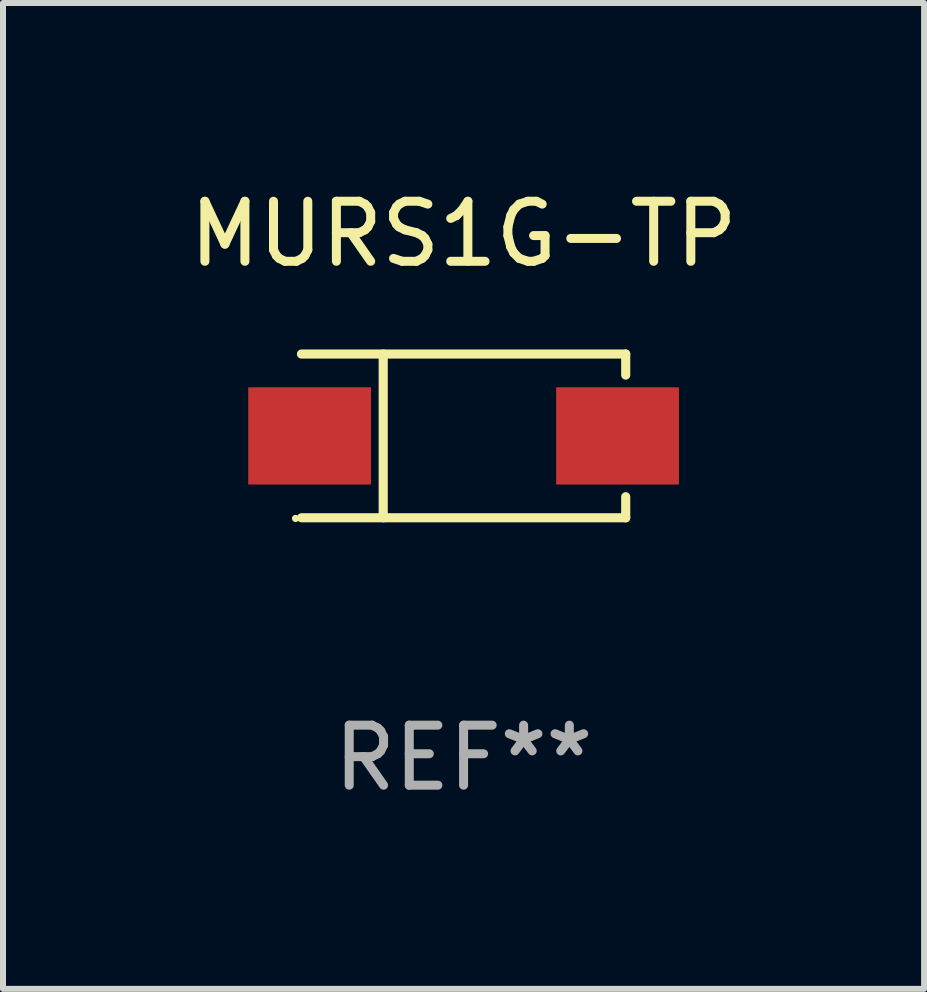
<source format=kicad_pcb>
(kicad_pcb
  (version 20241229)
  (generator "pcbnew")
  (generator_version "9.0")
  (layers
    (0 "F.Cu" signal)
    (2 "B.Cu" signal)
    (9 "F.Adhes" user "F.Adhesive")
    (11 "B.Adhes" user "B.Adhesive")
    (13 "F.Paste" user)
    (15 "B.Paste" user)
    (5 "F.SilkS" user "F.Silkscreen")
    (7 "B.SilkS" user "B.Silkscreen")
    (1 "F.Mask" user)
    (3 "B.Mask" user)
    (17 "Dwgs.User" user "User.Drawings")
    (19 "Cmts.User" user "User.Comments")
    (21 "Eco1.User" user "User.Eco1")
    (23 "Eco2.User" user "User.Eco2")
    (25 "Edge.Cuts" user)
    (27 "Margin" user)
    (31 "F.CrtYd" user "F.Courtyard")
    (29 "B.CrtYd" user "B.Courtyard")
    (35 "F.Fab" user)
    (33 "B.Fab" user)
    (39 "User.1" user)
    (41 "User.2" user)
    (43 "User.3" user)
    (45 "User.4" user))
  (footprint "MURS1G-TP"
    (layer "F.Cu")
    (at 4.673 4.212)
    (property "Reference" "MURS1G-TP" (at 0 -3.364 0) (layer "F.SilkS") (effects (font (size 1 1) (thickness 0.15))))
    (attr through_hole)
    (fp_line (start -2.701 -1.364) (end 2.701 -1.364) (stroke (width 0.152) (type solid)) (layer "F.SilkS"))
    (fp_line (start -2.701 1.364) (end 2.701 1.364) (stroke (width 0.152) (type solid)) (layer "F.SilkS"))
    (fp_line (start -1.339 -1.364) (end -1.339 1.364) (stroke (width 0.152) (type solid)) (layer "F.SilkS"))
    (fp_line (start 2.701 -1.364) (end 2.701 -1.013) (stroke (width 0.152) (type solid)) (layer "F.SilkS"))
    (fp_line (start 2.701 1.364) (end 2.701 1.013) (stroke (width 0.152) (type solid)) (layer "F.SilkS"))
    (fp_circle (center -2.8 1.375) (end -2.77 1.375) (stroke (width 0.06) (type solid)) (fill no) (layer "F.SilkS"))
    (fp_text user "REF**" (at 0 5.364 0) (layer "F.Fab") (effects (font (size 1 1) (thickness 0.15))))
    (pad "1" smd rect (at -2.565 -0.000025) (size 2.046 1.62) (layers "F.Cu" "F.Mask" "F.Paste"))
    (pad "2" smd rect (at 2.565 -0.000025) (size 2.046 1.62) (layers "F.Cu" "F.Mask" "F.Paste")))
  (gr_rect
    (start -3 -3)
    (end 12.345 13.424)
    (stroke (width 0.1) (type default))
    (fill no)
    (layer "Edge.Cuts")))
</source>
